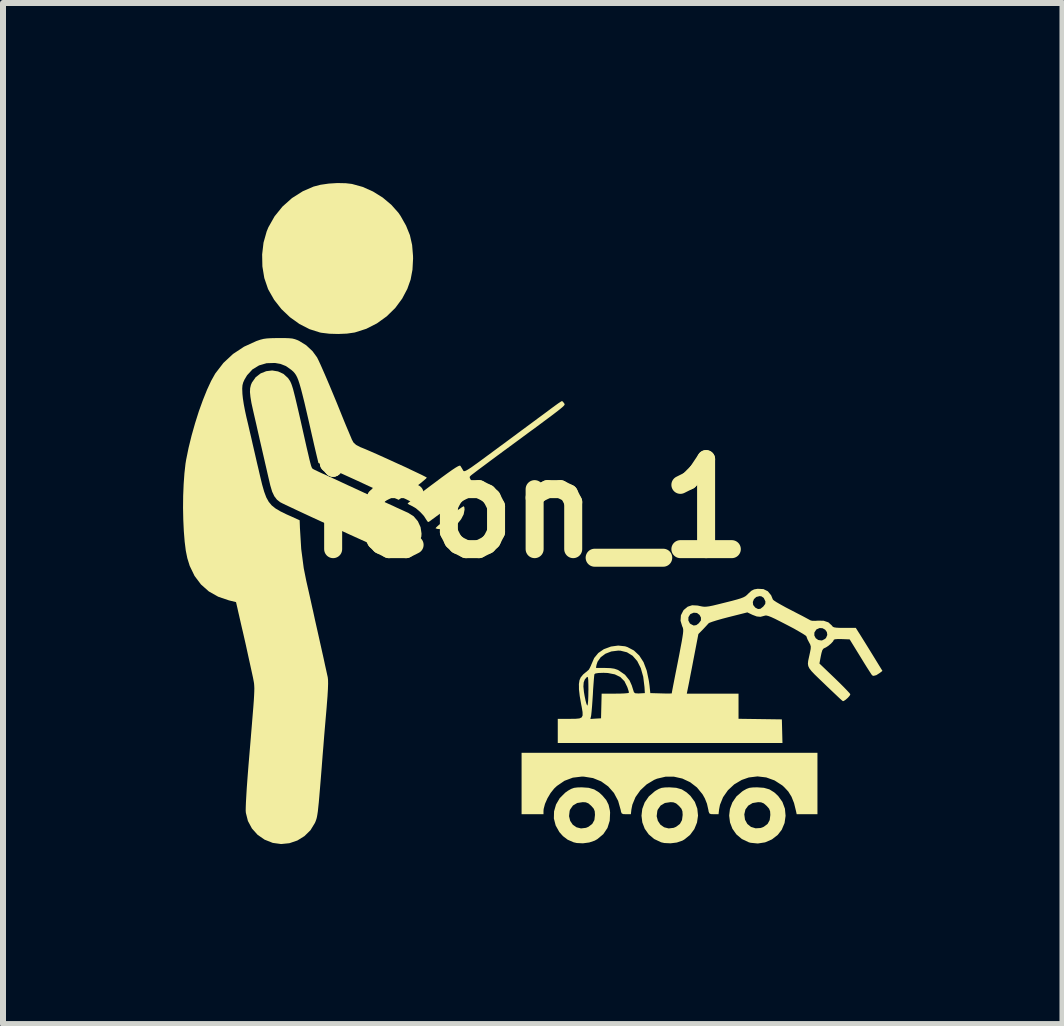
<source format=kicad_pcb>
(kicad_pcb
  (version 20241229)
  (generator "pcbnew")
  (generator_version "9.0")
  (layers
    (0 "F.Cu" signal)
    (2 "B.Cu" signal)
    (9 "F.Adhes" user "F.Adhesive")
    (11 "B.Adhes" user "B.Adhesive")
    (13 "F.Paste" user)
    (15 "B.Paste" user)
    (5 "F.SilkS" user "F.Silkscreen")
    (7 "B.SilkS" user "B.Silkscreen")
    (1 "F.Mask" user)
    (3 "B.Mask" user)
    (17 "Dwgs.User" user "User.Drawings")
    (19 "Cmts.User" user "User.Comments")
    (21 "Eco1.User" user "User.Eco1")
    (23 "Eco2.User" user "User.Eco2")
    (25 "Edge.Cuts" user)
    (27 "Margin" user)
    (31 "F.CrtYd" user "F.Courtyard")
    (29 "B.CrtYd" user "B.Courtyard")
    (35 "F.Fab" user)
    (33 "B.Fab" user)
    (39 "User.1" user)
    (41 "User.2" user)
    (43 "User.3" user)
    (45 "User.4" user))
  (footprint "icon_1"
    (layer "F.Cu")
    (at 5.787 5.422)
    (property "Reference" "icon_1" (at 0 0 0) (layer "F.SilkS") (effects (font (size 1.5 1.5) (thickness 0.3))))
    (attr board_only exclude_from_pos_files exclude_from_bom)
    (fp_poly (pts (xy -1.1 -0.021) (xy -1.096 0.018) (xy -1.096 0.019) (xy -1.111 0.098) (xy -1.153 0.179) (xy -1.213 0.254) (xy -1.284 0.31) (xy -1.32 0.328) (xy -1.367 0.339) (xy -1.428 0.345) (xy -1.491 0.346) (xy -1.544 0.342) (xy -1.575 0.333) (xy -1.579 0.33) (xy -1.568 0.315) (xy -1.533 0.283) (xy -1.481 0.239) (xy -1.417 0.187) (xy -1.347 0.132) (xy -1.276 0.078) (xy -1.211 0.029) (xy -1.157 -0.009) (xy -1.121 -0.032) (xy -1.109 -0.036)) (stroke (width 0) (type solid)) (fill yes) (layer "F.SilkS"))
    (fp_poly (pts (xy -3.075 -5.419) (xy -2.973 -5.407) (xy -2.795 -5.358) (xy -2.622 -5.281) (xy -2.46 -5.18) (xy -2.316 -5.059) (xy -2.197 -4.925) (xy -2.163 -4.875) (xy -2.071 -4.712) (xy -2.007 -4.554) (xy -1.97 -4.39) (xy -1.955 -4.21) (xy -1.954 -4.163) (xy -1.964 -3.978) (xy -1.995 -3.813) (xy -2.05 -3.658) (xy -2.133 -3.501) (xy -2.135 -3.497) (xy -2.251 -3.34) (xy -2.393 -3.201) (xy -2.557 -3.083) (xy -2.734 -2.993) (xy -2.919 -2.934) (xy -2.931 -2.931) (xy -3.057 -2.913) (xy -3.201 -2.907) (xy -3.347 -2.911) (xy -3.48 -2.927) (xy -3.506 -2.932) (xy -3.679 -2.987) (xy -3.847 -3.073) (xy -4.005 -3.186) (xy -4.148 -3.322) (xy -4.269 -3.476) (xy -4.364 -3.643) (xy -4.372 -3.66) (xy -4.433 -3.839) (xy -4.465 -4.033) (xy -4.469 -4.232) (xy -4.446 -4.429) (xy -4.394 -4.614) (xy -4.366 -4.683) (xy -4.262 -4.867) (xy -4.13 -5.03) (xy -3.972 -5.171) (xy -3.792 -5.285) (xy -3.612 -5.363) (xy -3.497 -5.393) (xy -3.359 -5.413) (xy -3.215 -5.422)) (stroke (width 0) (type solid)) (fill yes) (layer "F.SilkS"))
    (fp_poly (pts (xy 3.892 4.655) (xy 3.983 4.681) (xy 4.064 4.731) (xy 4.129 4.791) (xy 4.2 4.89) (xy 4.242 5.003) (xy 4.253 5.122) (xy 4.236 5.242) (xy 4.189 5.354) (xy 4.122 5.44) (xy 4.025 5.515) (xy 3.912 5.564) (xy 3.79 5.583) (xy 3.67 5.571) (xy 3.64 5.563) (xy 3.524 5.508) (xy 3.433 5.431) (xy 3.367 5.337) (xy 3.327 5.232) (xy 3.313 5.12) (xy 3.315 5.098) (xy 3.565 5.098) (xy 3.577 5.187) (xy 3.616 5.258) (xy 3.677 5.307) (xy 3.753 5.33) (xy 3.836 5.325) (xy 3.889 5.305) (xy 3.953 5.257) (xy 3.988 5.193) (xy 3.999 5.107) (xy 3.995 5.046) (xy 3.978 5.003) (xy 3.94 4.959) (xy 3.937 4.956) (xy 3.89 4.915) (xy 3.845 4.897) (xy 3.795 4.894) (xy 3.703 4.909) (xy 3.631 4.952) (xy 3.584 5.016) (xy 3.565 5.098) (xy 3.315 5.098) (xy 3.326 5.007) (xy 3.366 4.899) (xy 3.434 4.799) (xy 3.531 4.715) (xy 3.551 4.702) (xy 3.603 4.673) (xy 3.649 4.656) (xy 3.704 4.649) (xy 3.778 4.647)) (stroke (width 0) (type solid)) (fill yes) (layer "F.SilkS"))
    (fp_poly (pts (xy 2.431 4.655) (xy 2.523 4.681) (xy 2.603 4.731) (xy 2.668 4.79) (xy 2.741 4.89) (xy 2.782 5.002) (xy 2.794 5.118) (xy 2.777 5.234) (xy 2.732 5.344) (xy 2.661 5.44) (xy 2.564 5.518) (xy 2.532 5.536) (xy 2.441 5.567) (xy 2.336 5.58) (xy 2.232 5.575) (xy 2.179 5.563) (xy 2.063 5.508) (xy 1.972 5.431) (xy 1.906 5.337) (xy 1.866 5.232) (xy 1.853 5.128) (xy 2.105 5.128) (xy 2.125 5.206) (xy 2.168 5.27) (xy 2.23 5.313) (xy 2.305 5.332) (xy 2.388 5.322) (xy 2.428 5.305) (xy 2.492 5.257) (xy 2.527 5.193) (xy 2.538 5.107) (xy 2.534 5.046) (xy 2.517 5.003) (xy 2.479 4.959) (xy 2.476 4.956) (xy 2.429 4.915) (xy 2.384 4.897) (xy 2.335 4.894) (xy 2.242 4.908) (xy 2.171 4.95) (xy 2.124 5.017) (xy 2.116 5.039) (xy 2.105 5.128) (xy 1.853 5.128) (xy 1.852 5.12) (xy 1.865 5.007) (xy 1.905 4.899) (xy 1.974 4.799) (xy 2.071 4.715) (xy 2.09 4.702) (xy 2.142 4.673) (xy 2.188 4.656) (xy 2.243 4.649) (xy 2.318 4.647)) (stroke (width 0) (type solid)) (fill yes) (layer "F.SilkS"))
    (fp_poly (pts (xy 0.972 4.655) (xy 1.064 4.682) (xy 1.145 4.732) (xy 1.2 4.783) (xy 1.265 4.86) (xy 1.304 4.938) (xy 1.325 5.031) (xy 1.329 5.068) (xy 1.323 5.203) (xy 1.285 5.324) (xy 1.216 5.427) (xy 1.117 5.51) (xy 1.073 5.535) (xy 0.982 5.566) (xy 0.876 5.58) (xy 0.773 5.575) (xy 0.721 5.563) (xy 0.622 5.52) (xy 0.542 5.459) (xy 0.483 5.392) (xy 0.422 5.283) (xy 0.392 5.166) (xy 0.393 5.128) (xy 0.645 5.128) (xy 0.664 5.206) (xy 0.707 5.27) (xy 0.769 5.313) (xy 0.844 5.332) (xy 0.927 5.322) (xy 0.968 5.305) (xy 1.031 5.257) (xy 1.067 5.193) (xy 1.077 5.107) (xy 1.073 5.046) (xy 1.056 5.003) (xy 1.018 4.959) (xy 1.015 4.956) (xy 0.968 4.915) (xy 0.924 4.897) (xy 0.874 4.894) (xy 0.781 4.908) (xy 0.71 4.95) (xy 0.663 5.017) (xy 0.655 5.039) (xy 0.645 5.128) (xy 0.393 5.128) (xy 0.395 5.048) (xy 0.428 4.933) (xy 0.49 4.827) (xy 0.58 4.737) (xy 0.629 4.702) (xy 0.681 4.673) (xy 0.728 4.656) (xy 0.783 4.649) (xy 0.857 4.647)) (stroke (width 0) (type solid)) (fill yes) (layer "F.SilkS"))
    (fp_poly (pts (xy 4.784 4.583) (xy 4.784 5.095) (xy 4.611 5.095) (xy 4.438 5.095) (xy 4.427 5.044) (xy 4.394 4.91) (xy 4.352 4.804) (xy 4.298 4.717) (xy 4.228 4.642) (xy 4.198 4.615) (xy 4.069 4.532) (xy 3.93 4.482) (xy 3.785 4.465) (xy 3.639 4.483) (xy 3.522 4.524) (xy 3.397 4.598) (xy 3.292 4.696) (xy 3.211 4.812) (xy 3.16 4.938) (xy 3.145 5.015) (xy 3.136 5.095) (xy 3.057 5.095) (xy 3.007 5.093) (xy 2.983 5.081) (xy 2.971 5.051) (xy 2.967 5.026) (xy 2.943 4.92) (xy 2.908 4.832) (xy 2.869 4.763) (xy 2.776 4.649) (xy 2.663 4.562) (xy 2.533 4.501) (xy 2.394 4.47) (xy 2.252 4.47) (xy 2.111 4.503) (xy 2.063 4.523) (xy 1.938 4.598) (xy 1.833 4.696) (xy 1.752 4.81) (xy 1.7 4.936) (xy 1.684 5.015) (xy 1.675 5.095) (xy 1.596 5.095) (xy 1.547 5.093) (xy 1.522 5.081) (xy 1.51 5.051) (xy 1.506 5.026) (xy 1.463 4.873) (xy 1.393 4.741) (xy 1.297 4.632) (xy 1.18 4.548) (xy 1.044 4.493) (xy 0.893 4.469) (xy 0.858 4.468) (xy 0.708 4.486) (xy 0.569 4.538) (xy 0.443 4.624) (xy 0.398 4.666) (xy 0.338 4.741) (xy 0.285 4.83) (xy 0.244 4.923) (xy 0.222 5.007) (xy 0.219 5.04) (xy 0.219 5.095) (xy 0.037 5.095) (xy -0.146 5.095) (xy -0.146 4.583) (xy -0.146 4.072) (xy 2.319 4.072) (xy 4.784 4.072)) (stroke (width 0) (type solid)) (fill yes) (layer "F.SilkS"))
    (fp_poly (pts (xy 0.545 -1.776) (xy 0.562 -1.753) (xy 0.567 -1.746) (xy 0.571 -1.739) (xy 0.571 -1.732) (xy 0.567 -1.722) (xy 0.555 -1.708) (xy 0.534 -1.688) (xy 0.502 -1.661) (xy 0.457 -1.625) (xy 0.397 -1.579) (xy 0.32 -1.521) (xy 0.223 -1.449) (xy 0.106 -1.362) (xy -0.035 -1.259) (xy -0.2 -1.137) (xy -0.393 -0.995) (xy -0.429 -0.969) (xy -0.552 -0.878) (xy -0.667 -0.793) (xy -0.77 -0.716) (xy -0.858 -0.651) (xy -0.926 -0.599) (xy -0.972 -0.564) (xy -0.991 -0.549) (xy -1.009 -0.529) (xy -1.01 -0.509) (xy -0.994 -0.479) (xy -0.967 -0.44) (xy -0.938 -0.394) (xy -0.924 -0.359) (xy -0.925 -0.347) (xy -0.943 -0.333) (xy -0.986 -0.3) (xy -1.049 -0.253) (xy -1.126 -0.195) (xy -1.213 -0.13) (xy -1.306 -0.061) (xy -1.398 0.007) (xy -1.486 0.073) (xy -1.565 0.131) (xy -1.629 0.178) (xy -1.674 0.211) (xy -1.695 0.226) (xy -1.695 0.226) (xy -1.713 0.219) (xy -1.731 0.192) (xy -1.773 0.126) (xy -1.836 0.058) (xy -1.906 -0.002) (xy -1.967 -0.038) (xy -2.013 -0.06) (xy -2.041 -0.077) (xy -2.045 -0.082) (xy -2.031 -0.095) (xy -1.991 -0.127) (xy -1.93 -0.175) (xy -1.849 -0.237) (xy -1.754 -0.309) (xy -1.648 -0.389) (xy -1.614 -0.414) (xy -1.486 -0.51) (xy -1.383 -0.585) (xy -1.304 -0.641) (xy -1.245 -0.68) (xy -1.205 -0.703) (xy -1.18 -0.713) (xy -1.167 -0.711) (xy -1.166 -0.71) (xy -1.142 -0.672) (xy -1.131 -0.653) (xy -1.123 -0.639) (xy -1.116 -0.627) (xy -1.107 -0.621) (xy -1.092 -0.622) (xy -1.07 -0.631) (xy -1.037 -0.65) (xy -0.99 -0.68) (xy -0.927 -0.725) (xy -0.845 -0.784) (xy -0.742 -0.86) (xy -0.613 -0.955) (xy -0.502 -1.037) (xy -0.396 -1.115) (xy -0.273 -1.206) (xy -0.14 -1.305) (xy -0.004 -1.405) (xy 0.128 -1.503) (xy 0.249 -1.592) (xy 0.352 -1.669) (xy 0.408 -1.71) (xy 0.462 -1.749) (xy 0.504 -1.777) (xy 0.526 -1.789) (xy 0.527 -1.79)) (stroke (width 0) (type solid)) (fill yes) (layer "F.SilkS"))
    (fp_poly (pts (xy -4.204 -2.283) (xy -4.114 -2.242) (xy -4.038 -2.173) (xy -4.004 -2.123) (xy -3.993 -2.1) (xy -3.981 -2.072) (xy -3.969 -2.037) (xy -3.954 -1.99) (xy -3.938 -1.928) (xy -3.918 -1.849) (xy -3.894 -1.748) (xy -3.865 -1.624) (xy -3.83 -1.472) (xy -3.789 -1.289) (xy -3.762 -1.169) (xy -3.729 -1.022) (xy -3.702 -0.908) (xy -3.682 -0.821) (xy -3.666 -0.758) (xy -3.654 -0.714) (xy -3.644 -0.686) (xy -3.635 -0.67) (xy -3.628 -0.662) (xy -3.627 -0.661) (xy -3.602 -0.647) (xy -3.552 -0.623) (xy -3.487 -0.592) (xy -3.46 -0.58) (xy -3.371 -0.54) (xy -3.269 -0.493) (xy -3.173 -0.449) (xy -3.159 -0.442) (xy -3.028 -0.381) (xy -2.923 -0.333) (xy -2.839 -0.294) (xy -2.768 -0.261) (xy -2.705 -0.232) (xy -2.642 -0.204) (xy -2.574 -0.173) (xy -2.547 -0.161) (xy -2.454 -0.118) (xy -2.36 -0.075) (xy -2.276 -0.037) (xy -2.228 -0.014) (xy -2.155 0.019) (xy -2.083 0.052) (xy -2.034 0.074) (xy -1.944 0.131) (xy -1.874 0.214) (xy -1.829 0.313) (xy -1.813 0.419) (xy -1.816 0.467) (xy -1.847 0.562) (xy -1.904 0.645) (xy -1.981 0.711) (xy -2.071 0.757) (xy -2.167 0.777) (xy -2.261 0.768) (xy -2.283 0.761) (xy -2.321 0.745) (xy -2.387 0.716) (xy -2.478 0.676) (xy -2.589 0.626) (xy -2.717 0.568) (xy -2.858 0.504) (xy -3.008 0.436) (xy -3.163 0.365) (xy -3.319 0.294) (xy -3.473 0.223) (xy -3.621 0.155) (xy -3.759 0.091) (xy -3.883 0.033) (xy -3.989 -0.017) (xy -4.074 -0.057) (xy -4.134 -0.086) (xy -4.164 -0.102) (xy -4.166 -0.102) (xy -4.222 -0.146) (xy -4.266 -0.203) (xy -4.302 -0.279) (xy -4.333 -0.383) (xy -4.346 -0.439) (xy -4.369 -0.537) (xy -4.395 -0.651) (xy -4.421 -0.763) (xy -4.43 -0.803) (xy -4.455 -0.912) (xy -4.483 -1.034) (xy -4.51 -1.15) (xy -4.518 -1.187) (xy -4.54 -1.283) (xy -4.566 -1.399) (xy -4.594 -1.52) (xy -4.618 -1.625) (xy -4.647 -1.756) (xy -4.664 -1.859) (xy -4.672 -1.94) (xy -4.669 -2.004) (xy -4.656 -2.058) (xy -4.639 -2.098) (xy -4.576 -2.187) (xy -4.494 -2.25) (xy -4.401 -2.287) (xy -4.302 -2.299)) (stroke (width 0) (type solid)) (fill yes) (layer "F.SilkS"))
    (fp_poly (pts (xy -4.091 -2.839) (xy -4.018 -2.836) (xy -3.965 -2.831) (xy -3.922 -2.82) (xy -3.881 -2.805) (xy -3.853 -2.792) (xy -3.735 -2.719) (xy -3.63 -2.621) (xy -3.554 -2.517) (xy -3.533 -2.475) (xy -3.499 -2.402) (xy -3.456 -2.305) (xy -3.405 -2.188) (xy -3.348 -2.054) (xy -3.287 -1.908) (xy -3.224 -1.756) (xy -3.161 -1.6) (xy -3.138 -1.543) (xy -3.104 -1.459) (xy -3.071 -1.379) (xy -3.044 -1.315) (xy -3.032 -1.287) (xy -3.006 -1.225) (xy -2.981 -1.166) (xy -2.978 -1.156) (xy -2.948 -1.1) (xy -2.904 -1.059) (xy -2.836 -1.023) (xy -2.821 -1.017) (xy -2.752 -0.989) (xy -2.664 -0.951) (xy -2.561 -0.906) (xy -2.448 -0.855) (xy -2.329 -0.801) (xy -2.209 -0.746) (xy -2.092 -0.693) (xy -1.985 -0.642) (xy -1.89 -0.597) (xy -1.812 -0.56) (xy -1.757 -0.532) (xy -1.728 -0.516) (xy -1.726 -0.513) (xy -1.739 -0.497) (xy -1.778 -0.463) (xy -1.836 -0.415) (xy -1.908 -0.359) (xy -1.96 -0.319) (xy -2.194 -0.143) (xy -2.252 -0.17) (xy -2.296 -0.191) (xy -2.36 -0.221) (xy -2.435 -0.254) (xy -2.456 -0.264) (xy -2.546 -0.306) (xy -2.646 -0.352) (xy -2.734 -0.392) (xy -2.739 -0.395) (xy -2.8 -0.423) (xy -2.886 -0.463) (xy -2.989 -0.51) (xy -3.101 -0.561) (xy -3.204 -0.608) (xy -3.531 -0.758) (xy -3.562 -0.886) (xy -3.579 -0.958) (xy -3.601 -1.052) (xy -3.624 -1.154) (xy -3.64 -1.223) (xy -3.688 -1.436) (xy -3.73 -1.617) (xy -3.765 -1.768) (xy -3.796 -1.892) (xy -3.822 -1.993) (xy -3.845 -2.073) (xy -3.866 -2.137) (xy -3.886 -2.186) (xy -3.906 -2.224) (xy -3.927 -2.254) (xy -3.949 -2.279) (xy -3.975 -2.302) (xy -3.982 -2.308) (xy -4.072 -2.372) (xy -4.163 -2.408) (xy -4.255 -2.424) (xy -4.395 -2.42) (xy -4.521 -2.383) (xy -4.631 -2.316) (xy -4.72 -2.219) (xy -4.763 -2.147) (xy -4.785 -2.098) (xy -4.797 -2.052) (xy -4.801 -1.997) (xy -4.798 -1.919) (xy -4.798 -1.912) (xy -4.79 -1.835) (xy -4.775 -1.736) (xy -4.754 -1.626) (xy -4.731 -1.52) (xy -4.73 -1.516) (xy -4.703 -1.403) (xy -4.675 -1.281) (xy -4.648 -1.166) (xy -4.628 -1.077) (xy -4.609 -0.995) (xy -4.584 -0.887) (xy -4.556 -0.764) (xy -4.526 -0.638) (xy -4.505 -0.546) (xy -4.469 -0.397) (xy -4.435 -0.278) (xy -4.4 -0.184) (xy -4.359 -0.11) (xy -4.309 -0.05) (xy -4.245 0.001) (xy -4.164 0.049) (xy -4.062 0.099) (xy -4.008 0.123) (xy -3.844 0.197) (xy -3.839 0.331) (xy -3.818 0.675) (xy -3.776 0.995) (xy -3.734 1.205) (xy -3.707 1.324) (xy -3.678 1.452) (xy -3.651 1.574) (xy -3.628 1.678) (xy -3.623 1.698) (xy -3.587 1.864) (xy -3.547 2.041) (xy -3.503 2.238) (xy -3.453 2.462) (xy -3.442 2.511) (xy -3.422 2.605) (xy -3.402 2.694) (xy -3.386 2.768) (xy -3.376 2.812) (xy -3.371 2.856) (xy -3.37 2.921) (xy -3.373 3.012) (xy -3.38 3.131) (xy -3.392 3.282) (xy -3.395 3.323) (xy -3.408 3.473) (xy -3.422 3.636) (xy -3.436 3.801) (xy -3.448 3.955) (xy -3.459 4.087) (xy -3.46 4.099) (xy -3.477 4.32) (xy -3.492 4.507) (xy -3.505 4.663) (xy -3.516 4.793) (xy -3.525 4.898) (xy -3.534 4.983) (xy -3.541 5.049) (xy -3.549 5.101) (xy -3.556 5.141) (xy -3.564 5.173) (xy -3.573 5.199) (xy -3.582 5.223) (xy -3.59 5.241) (xy -3.664 5.362) (xy -3.764 5.46) (xy -3.882 5.533) (xy -4.014 5.578) (xy -4.153 5.592) (xy -4.292 5.573) (xy -4.428 5.519) (xy -4.545 5.438) (xy -4.639 5.333) (xy -4.706 5.208) (xy -4.74 5.073) (xy -4.743 5.037) (xy -4.742 4.979) (xy -4.739 4.898) (xy -4.733 4.791) (xy -4.725 4.657) (xy -4.713 4.494) (xy -4.698 4.3) (xy -4.679 4.073) (xy -4.657 3.812) (xy -4.656 3.798) (xy -4.64 3.605) (xy -4.627 3.444) (xy -4.616 3.311) (xy -4.608 3.204) (xy -4.603 3.119) (xy -4.6 3.051) (xy -4.599 2.996) (xy -4.601 2.952) (xy -4.604 2.914) (xy -4.61 2.879) (xy -4.617 2.842) (xy -4.621 2.821) (xy -4.657 2.656) (xy -4.699 2.465) (xy -4.744 2.259) (xy -4.792 2.049) (xy -4.804 1.999) (xy -4.827 1.899) (xy -4.849 1.802) (xy -4.868 1.72) (xy -4.881 1.661) (xy -4.883 1.653) (xy -4.904 1.561) (xy -5.022 1.532) (xy -5.201 1.471) (xy -5.357 1.383) (xy -5.488 1.267) (xy -5.595 1.125) (xy -5.676 0.957) (xy -5.716 0.828) (xy -5.741 0.705) (xy -5.76 0.553) (xy -5.774 0.378) (xy -5.783 0.188) (xy -5.787 -0.01) (xy -5.785 -0.21) (xy -5.777 -0.403) (xy -5.764 -0.585) (xy -5.746 -0.746) (xy -5.735 -0.813) (xy -5.695 -1.009) (xy -5.645 -1.213) (xy -5.587 -1.418) (xy -5.524 -1.618) (xy -5.456 -1.806) (xy -5.387 -1.978) (xy -5.319 -2.125) (xy -5.253 -2.243) (xy -5.248 -2.251) (xy -5.114 -2.425) (xy -4.954 -2.574) (xy -4.771 -2.695) (xy -4.565 -2.789) (xy -4.562 -2.79) (xy -4.501 -2.811) (xy -4.446 -2.825) (xy -4.388 -2.833) (xy -4.316 -2.837) (xy -4.22 -2.839) (xy -4.191 -2.839)) (stroke (width 0) (type solid)) (fill yes) (layer "F.SilkS"))
    (fp_poly (pts (xy 3.884 1.344) (xy 3.957 1.38) (xy 4.012 1.447) (xy 4.041 1.517) (xy 4.059 1.534) (xy 4.105 1.564) (xy 4.173 1.603) (xy 4.258 1.65) (xy 4.349 1.697) (xy 4.445 1.747) (xy 4.531 1.791) (xy 4.6 1.828) (xy 4.648 1.854) (xy 4.668 1.865) (xy 4.696 1.872) (xy 4.748 1.873) (xy 4.788 1.87) (xy 4.886 1.871) (xy 4.966 1.898) (xy 5.022 1.949) (xy 5.026 1.954) (xy 5.04 1.971) (xy 5.062 1.981) (xy 5.1 1.987) (xy 5.161 1.99) (xy 5.236 1.99) (xy 5.423 1.99) (xy 5.466 2.059) (xy 5.49 2.096) (xy 5.529 2.159) (xy 5.579 2.239) (xy 5.636 2.331) (xy 5.689 2.417) (xy 5.867 2.707) (xy 5.823 2.741) (xy 5.765 2.778) (xy 5.718 2.79) (xy 5.695 2.781) (xy 5.681 2.761) (xy 5.651 2.715) (xy 5.608 2.648) (xy 5.557 2.566) (xy 5.5 2.473) (xy 5.321 2.182) (xy 5.189 2.177) (xy 5.125 2.176) (xy 5.079 2.18) (xy 5.058 2.187) (xy 5.058 2.188) (xy 5.044 2.215) (xy 5.01 2.252) (xy 4.966 2.289) (xy 4.923 2.317) (xy 4.91 2.322) (xy 4.884 2.336) (xy 4.866 2.361) (xy 4.852 2.406) (xy 4.84 2.461) (xy 4.817 2.584) (xy 5.075 2.831) (xy 5.154 2.908) (xy 5.223 2.977) (xy 5.279 3.035) (xy 5.316 3.075) (xy 5.332 3.096) (xy 5.332 3.097) (xy 5.32 3.122) (xy 5.29 3.156) (xy 5.253 3.188) (xy 5.221 3.209) (xy 5.208 3.211) (xy 5.19 3.197) (xy 5.15 3.161) (xy 5.093 3.107) (xy 5.021 3.039) (xy 4.939 2.961) (xy 4.903 2.926) (xy 4.808 2.835) (xy 4.736 2.765) (xy 4.684 2.71) (xy 4.65 2.666) (xy 4.631 2.627) (xy 4.625 2.587) (xy 4.629 2.542) (xy 4.641 2.486) (xy 4.657 2.413) (xy 4.659 2.404) (xy 4.671 2.342) (xy 4.673 2.301) (xy 4.663 2.266) (xy 4.642 2.227) (xy 4.617 2.179) (xy 4.603 2.141) (xy 4.601 2.133) (xy 4.586 2.118) (xy 4.585 2.117) (xy 4.732 2.117) (xy 4.755 2.162) (xy 4.797 2.192) (xy 4.851 2.2) (xy 4.866 2.197) (xy 4.908 2.175) (xy 4.926 2.159) (xy 4.948 2.108) (xy 4.941 2.06) (xy 4.912 2.02) (xy 4.869 1.996) (xy 4.819 1.993) (xy 4.768 2.016) (xy 4.763 2.021) (xy 4.733 2.067) (xy 4.732 2.117) (xy 4.585 2.117) (xy 4.542 2.089) (xy 4.476 2.05) (xy 4.392 2.002) (xy 4.295 1.951) (xy 4.274 1.94) (xy 4.161 1.882) (xy 4.076 1.839) (xy 4.013 1.81) (xy 3.968 1.793) (xy 3.937 1.785) (xy 3.914 1.785) (xy 3.899 1.789) (xy 3.835 1.806) (xy 3.773 1.8) (xy 3.699 1.772) (xy 3.695 1.77) (xy 3.616 1.732) (xy 3.302 1.811) (xy 3.199 1.838) (xy 3.108 1.864) (xy 3.035 1.887) (xy 2.986 1.905) (xy 2.969 1.915) (xy 2.945 1.942) (xy 2.906 1.984) (xy 2.875 2.017) (xy 2.8 2.093) (xy 2.714 2.539) (xy 2.69 2.665) (xy 2.667 2.781) (xy 2.648 2.882) (xy 2.632 2.962) (xy 2.621 3.016) (xy 2.617 3.036) (xy 2.607 3.086) (xy 3.038 3.086) (xy 3.469 3.086) (xy 3.469 3.296) (xy 3.469 3.505) (xy 3.83 3.51) (xy 4.191 3.515) (xy 4.196 3.711) (xy 4.201 3.908) (xy 2.329 3.908) (xy 0.457 3.908) (xy 0.457 3.707) (xy 0.457 3.508) (xy 1 3.508) (xy 1.089 3.502) (xy 1.178 3.497) (xy 1.183 3.291) (xy 1.188 3.086) (xy 1.416 3.086) (xy 1.502 3.085) (xy 1.573 3.082) (xy 1.623 3.077) (xy 1.643 3.071) (xy 1.643 3.07) (xy 1.638 3.044) (xy 1.623 2.998) (xy 1.615 2.975) (xy 1.568 2.879) (xy 1.499 2.809) (xy 1.408 2.765) (xy 1.291 2.742) (xy 1.218 2.739) (xy 1.135 2.742) (xy 1.085 2.75) (xy 1.068 2.762) (xy 1.064 2.787) (xy 1.059 2.842) (xy 1.053 2.92) (xy 1.046 3.016) (xy 1.042 3.095) (xy 1.035 3.202) (xy 1.028 3.299) (xy 1.021 3.379) (xy 1.015 3.436) (xy 1.012 3.457) (xy 1 3.508) (xy 0.457 3.508) (xy 0.457 3.506) (xy 0.657 3.506) (xy 0.753 3.505) (xy 0.817 3.499) (xy 0.855 3.482) (xy 0.871 3.449) (xy 0.87 3.393) (xy 0.856 3.309) (xy 0.848 3.269) (xy 0.823 3.126) (xy 0.81 3.014) (xy 0.81 2.967) (xy 0.884 2.967) (xy 0.893 3.059) (xy 0.904 3.124) (xy 0.921 3.206) (xy 0.936 3.26) (xy 0.948 3.284) (xy 0.952 3.283) (xy 0.958 3.256) (xy 0.963 3.201) (xy 0.966 3.125) (xy 0.967 3.036) (xy 0.968 3.024) (xy 0.967 2.928) (xy 0.965 2.862) (xy 0.961 2.824) (xy 0.955 2.808) (xy 0.945 2.808) (xy 0.942 2.81) (xy 0.908 2.849) (xy 0.889 2.899) (xy 0.884 2.967) (xy 0.81 2.967) (xy 0.809 2.927) (xy 0.819 2.862) (xy 0.839 2.816) (xy 0.88 2.766) (xy 0.927 2.727) (xy 0.932 2.724) (xy 0.976 2.685) (xy 0.991 2.657) (xy 1.093 2.657) (xy 1.245 2.658) (xy 1.334 2.661) (xy 1.398 2.67) (xy 1.452 2.688) (xy 1.473 2.699) (xy 1.577 2.771) (xy 1.653 2.866) (xy 1.69 2.949) (xy 1.708 3.006) (xy 1.722 3.05) (xy 1.727 3.064) (xy 1.749 3.08) (xy 1.802 3.083) (xy 1.821 3.082) (xy 1.908 3.077) (xy 1.902 2.976) (xy 1.881 2.805) (xy 1.84 2.66) (xy 1.781 2.543) (xy 1.704 2.455) (xy 1.61 2.397) (xy 1.501 2.37) (xy 1.462 2.369) (xy 1.349 2.383) (xy 1.251 2.421) (xy 1.172 2.48) (xy 1.12 2.554) (xy 1.103 2.605) (xy 1.093 2.657) (xy 0.991 2.657) (xy 1.009 2.62) (xy 1.016 2.602) (xy 1.064 2.492) (xy 1.132 2.409) (xy 1.223 2.346) (xy 1.228 2.344) (xy 1.344 2.301) (xy 1.464 2.285) (xy 1.578 2.297) (xy 1.618 2.31) (xy 1.726 2.367) (xy 1.815 2.451) (xy 1.886 2.561) (xy 1.939 2.701) (xy 1.975 2.872) (xy 1.986 2.951) (xy 1.999 3.077) (xy 2.178 3.082) (xy 2.253 3.084) (xy 2.313 3.084) (xy 2.349 3.083) (xy 2.356 3.082) (xy 2.359 3.063) (xy 2.368 3.014) (xy 2.382 2.941) (xy 2.4 2.849) (xy 2.418 2.757) (xy 2.454 2.576) (xy 2.483 2.428) (xy 2.505 2.309) (xy 2.523 2.215) (xy 2.535 2.142) (xy 2.543 2.088) (xy 2.547 2.048) (xy 2.547 2.02) (xy 2.544 1.999) (xy 2.539 1.982) (xy 2.531 1.965) (xy 2.53 1.963) (xy 2.502 1.869) (xy 2.503 1.867) (xy 2.633 1.867) (xy 2.657 1.914) (xy 2.67 1.925) (xy 2.721 1.951) (xy 2.766 1.944) (xy 2.806 1.914) (xy 2.842 1.867) (xy 2.843 1.819) (xy 2.82 1.775) (xy 2.777 1.742) (xy 2.723 1.737) (xy 2.67 1.759) (xy 2.663 1.765) (xy 2.634 1.812) (xy 2.633 1.867) (xy 2.503 1.867) (xy 2.509 1.78) (xy 2.549 1.701) (xy 2.558 1.69) (xy 2.622 1.637) (xy 2.696 1.613) (xy 2.788 1.618) (xy 2.829 1.627) (xy 2.863 1.634) (xy 2.896 1.638) (xy 2.933 1.637) (xy 2.98 1.631) (xy 3.044 1.618) (xy 3.131 1.597) (xy 3.243 1.569) (xy 3.283 1.559) (xy 3.707 1.559) (xy 3.713 1.609) (xy 3.747 1.651) (xy 3.747 1.652) (xy 3.794 1.676) (xy 3.834 1.672) (xy 3.879 1.637) (xy 3.882 1.634) (xy 3.914 1.591) (xy 3.917 1.552) (xy 3.916 1.547) (xy 3.889 1.491) (xy 3.851 1.465) (xy 3.82 1.461) (xy 3.765 1.475) (xy 3.726 1.511) (xy 3.707 1.559) (xy 3.283 1.559) (xy 3.359 1.54) (xy 3.444 1.517) (xy 3.506 1.498) (xy 3.55 1.481) (xy 3.582 1.464) (xy 3.608 1.443) (xy 3.634 1.417) (xy 3.634 1.417) (xy 3.683 1.372) (xy 3.728 1.349) (xy 3.787 1.339) (xy 3.791 1.339)) (stroke (width 0) (type solid)) (fill yes) (layer "F.SilkS")))
  (gr_rect
    (start -3 -3)
    (end 14.654 14.014)
    (stroke (width 0.1) (type default))
    (fill no)
    (layer "Edge.Cuts")))
</source>
